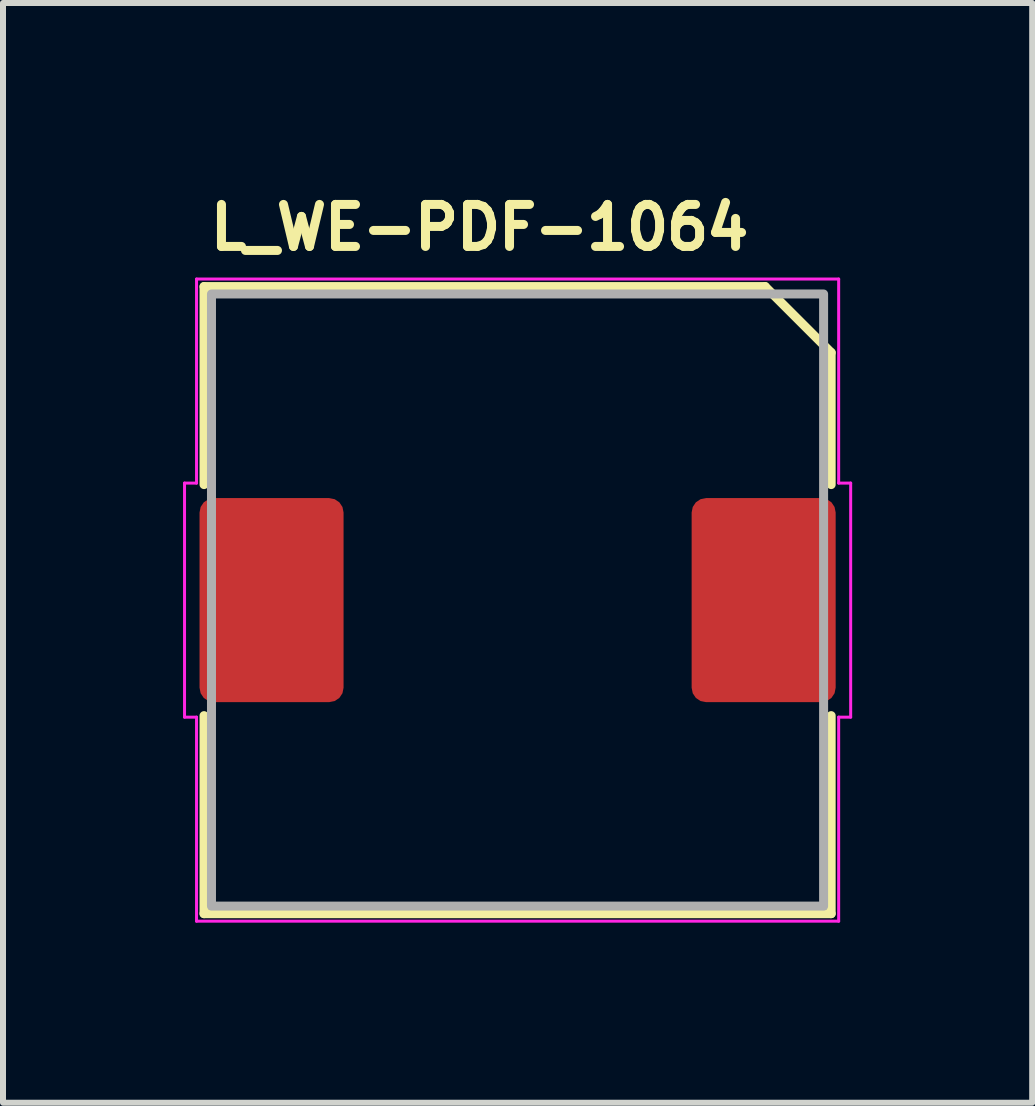
<source format=kicad_pcb>
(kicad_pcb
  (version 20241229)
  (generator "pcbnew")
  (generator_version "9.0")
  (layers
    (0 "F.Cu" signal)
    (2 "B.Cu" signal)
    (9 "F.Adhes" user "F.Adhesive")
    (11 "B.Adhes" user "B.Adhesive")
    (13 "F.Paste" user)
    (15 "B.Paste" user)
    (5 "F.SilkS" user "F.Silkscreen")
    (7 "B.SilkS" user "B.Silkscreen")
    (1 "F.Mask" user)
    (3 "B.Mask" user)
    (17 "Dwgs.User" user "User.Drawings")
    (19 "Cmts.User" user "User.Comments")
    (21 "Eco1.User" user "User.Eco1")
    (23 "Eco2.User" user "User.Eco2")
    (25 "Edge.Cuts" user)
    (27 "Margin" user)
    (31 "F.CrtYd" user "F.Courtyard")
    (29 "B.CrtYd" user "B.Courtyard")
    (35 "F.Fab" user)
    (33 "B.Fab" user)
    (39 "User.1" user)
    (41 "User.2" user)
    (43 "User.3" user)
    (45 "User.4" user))
  (footprint "L_WE-PDF-1064"
    (layer "F.Cu")
    (at 5.575 6.95)
    (property "Reference" "L_WE-PDF-1064" (at -5.2 -5.8 180) (layer "F.SilkS") (effects (font (size 0.7 0.7) (thickness 0.15)) (justify left bottom)))
    (attr smd)
    (fp_line (start -5.225 -5.225) (end 4.125 -5.225) (stroke (width 0.15) (type solid)) (layer "F.SilkS"))
    (fp_line (start -5.225 -1.925) (end -5.225 -5.225) (stroke (width 0.15) (type solid)) (layer "F.SilkS"))
    (fp_line (start -5.225 5.225) (end -5.225 1.925) (stroke (width 0.15) (type solid)) (layer "F.SilkS"))
    (fp_line (start 4.125 -5.225) (end 5.225 -4.125) (stroke (width 0.15) (type solid)) (layer "F.SilkS"))
    (fp_line (start 5.225 -4.125) (end 5.225 -1.925) (stroke (width 0.15) (type solid)) (layer "F.SilkS"))
    (fp_line (start 5.225 1.925) (end 5.225 5.225) (stroke (width 0.15) (type solid)) (layer "F.SilkS"))
    (fp_line (start 5.225 5.225) (end -5.225 5.225) (stroke (width 0.15) (type solid)) (layer "F.SilkS"))
    (fp_line (start -5.55 -1.95) (end -5.55 1.95) (stroke (width 0.05) (type solid)) (layer "F.CrtYd"))
    (fp_line (start -5.55 1.95) (end -5.35 1.95) (stroke (width 0.05) (type solid)) (layer "F.CrtYd"))
    (fp_line (start -5.35 -5.35) (end -5.35 -1.95) (stroke (width 0.05) (type solid)) (layer "F.CrtYd"))
    (fp_line (start -5.35 -1.95) (end -5.55 -1.95) (stroke (width 0.05) (type solid)) (layer "F.CrtYd"))
    (fp_line (start -5.35 1.95) (end -5.35 5.35) (stroke (width 0.05) (type solid)) (layer "F.CrtYd"))
    (fp_line (start -5.35 5.35) (end 5.35 5.35) (stroke (width 0.05) (type solid)) (layer "F.CrtYd"))
    (fp_line (start 5.35 -5.35) (end -5.35 -5.35) (stroke (width 0.05) (type solid)) (layer "F.CrtYd"))
    (fp_line (start 5.35 -1.95) (end 5.35 -5.35) (stroke (width 0.05) (type solid)) (layer "F.CrtYd"))
    (fp_line (start 5.35 1.95) (end 5.55 1.95) (stroke (width 0.05) (type solid)) (layer "F.CrtYd"))
    (fp_line (start 5.35 5.35) (end 5.35 1.95) (stroke (width 0.05) (type solid)) (layer "F.CrtYd"))
    (fp_line (start 5.55 -1.95) (end 5.35 -1.95) (stroke (width 0.05) (type solid)) (layer "F.CrtYd"))
    (fp_line (start 5.55 -1.95) (end 5.55 1.95) (stroke (width 0.05) (type solid)) (layer "F.CrtYd"))
    (fp_rect (start -5.101 -5.101) (end 5.099 5.099) (stroke (width 0.15) (type solid)) (fill no) (layer "F.Fab"))
    (fp_rect (start -5.1 -5.1) (end 5.1 5.1) (stroke (width 0.1) (type solid)) (fill no) (layer "User.5"))
    (fp_line (start -5.099 -4.099) (end -5.099 4.1) (stroke (width 0.02) (type solid)) (layer "User.9"))
    (fp_line (start -5.099 4.1) (end -5.097 4.151) (stroke (width 0.02) (type solid)) (layer "User.9"))
    (fp_line (start -5.097 -4.148) (end -5.099 -4.099) (stroke (width 0.02) (type solid)) (layer "User.9"))
    (fp_line (start -5.097 4.151) (end -5.094 4.199) (stroke (width 0.02) (type solid)) (layer "User.9"))
    (fp_line (start -5.094 -4.198) (end -5.097 -4.148) (stroke (width 0.02) (type solid)) (layer "User.9"))
    (fp_line (start -5.094 4.199) (end -5.089 4.249) (stroke (width 0.02) (type solid)) (layer "User.9"))
    (fp_line (start -5.089 -4.246) (end -5.094 -4.198) (stroke (width 0.02) (type solid)) (layer "User.9"))
    (fp_line (start -5.089 4.249) (end -5.079 4.297) (stroke (width 0.02) (type solid)) (layer "User.9"))
    (fp_line (start -5.079 -4.296) (end -5.089 -4.246) (stroke (width 0.02) (type solid)) (layer "User.9"))
    (fp_line (start -5.079 4.297) (end -5.068 4.345) (stroke (width 0.02) (type solid)) (layer "User.9"))
    (fp_line (start -5.068 -4.342) (end -5.079 -4.296) (stroke (width 0.02) (type solid)) (layer "User.9"))
    (fp_line (start -5.068 4.345) (end -5.055 4.391) (stroke (width 0.02) (type solid)) (layer "User.9"))
    (fp_line (start -5.055 -4.389) (end -5.068 -4.342) (stroke (width 0.02) (type solid)) (layer "User.9"))
    (fp_line (start -5.055 4.391) (end -5.041 4.438) (stroke (width 0.02) (type solid)) (layer "User.9"))
    (fp_line (start -5.041 -4.437) (end -5.055 -4.389) (stroke (width 0.02) (type solid)) (layer "User.9"))
    (fp_line (start -5.041 4.438) (end -5.022 4.483) (stroke (width 0.02) (type solid)) (layer "User.9"))
    (fp_line (start -5.022 -4.482) (end -5.041 -4.437) (stroke (width 0.02) (type solid)) (layer "User.9"))
    (fp_line (start -5.022 4.483) (end -5.004 4.529) (stroke (width 0.02) (type solid)) (layer "User.9"))
    (fp_line (start -5.004 -4.527) (end -5.022 -4.482) (stroke (width 0.02) (type solid)) (layer "User.9"))
    (fp_line (start -5.004 4.529) (end -4.982 4.571) (stroke (width 0.02) (type solid)) (layer "User.9"))
    (fp_line (start -4.982 -4.57) (end -5.004 -4.527) (stroke (width 0.02) (type solid)) (layer "User.9"))
    (fp_line (start -4.982 4.571) (end -4.958 4.614) (stroke (width 0.02) (type solid)) (layer "User.9"))
    (fp_line (start -4.958 -4.613) (end -4.982 -4.57) (stroke (width 0.02) (type solid)) (layer "User.9"))
    (fp_line (start -4.958 4.614) (end -4.93 4.656) (stroke (width 0.02) (type solid)) (layer "User.9"))
    (fp_line (start -4.93 -4.653) (end -4.958 -4.613) (stroke (width 0.02) (type solid)) (layer "User.9"))
    (fp_line (start -4.93 4.656) (end -4.903 4.696) (stroke (width 0.02) (type solid)) (layer "User.9"))
    (fp_line (start -4.903 -4.693) (end -4.93 -4.653) (stroke (width 0.02) (type solid)) (layer "User.9"))
    (fp_line (start -4.903 4.696) (end -4.873 4.734) (stroke (width 0.02) (type solid)) (layer "User.9"))
    (fp_line (start -4.873 -4.733) (end -4.903 -4.693) (stroke (width 0.02) (type solid)) (layer "User.9"))
    (fp_line (start -4.873 4.734) (end -4.841 4.773) (stroke (width 0.02) (type solid)) (layer "User.9"))
    (fp_line (start -4.841 -4.77) (end -4.873 -4.733) (stroke (width 0.02) (type solid)) (layer "User.9"))
    (fp_line (start -4.841 4.773) (end -4.807 4.808) (stroke (width 0.02) (type solid)) (layer "User.9"))
    (fp_line (start -4.807 -4.807) (end -4.841 -4.77) (stroke (width 0.02) (type solid)) (layer "User.9"))
    (fp_line (start -4.807 4.808) (end -4.77 4.843) (stroke (width 0.02) (type solid)) (layer "User.9"))
    (fp_line (start -4.77 -4.841) (end -4.807 -4.807) (stroke (width 0.02) (type solid)) (layer "User.9"))
    (fp_line (start -4.77 4.843) (end -4.733 4.874) (stroke (width 0.02) (type solid)) (layer "User.9"))
    (fp_line (start -4.733 -4.873) (end -4.77 -4.841) (stroke (width 0.02) (type solid)) (layer "User.9"))
    (fp_line (start -4.733 4.874) (end -4.693 4.904) (stroke (width 0.02) (type solid)) (layer "User.9"))
    (fp_line (start -4.693 -4.903) (end -4.733 -4.873) (stroke (width 0.02) (type solid)) (layer "User.9"))
    (fp_line (start -4.693 4.904) (end -4.653 4.933) (stroke (width 0.02) (type solid)) (layer "User.9"))
    (fp_line (start -4.653 -4.93) (end -4.693 -4.903) (stroke (width 0.02) (type solid)) (layer "User.9"))
    (fp_line (start -4.653 4.933) (end -4.613 4.96) (stroke (width 0.02) (type solid)) (layer "User.9"))
    (fp_line (start -4.613 -4.958) (end -4.653 -4.93) (stroke (width 0.02) (type solid)) (layer "User.9"))
    (fp_line (start -4.613 4.96) (end -4.57 4.984) (stroke (width 0.02) (type solid)) (layer "User.9"))
    (fp_line (start -4.57 -4.982) (end -4.613 -4.958) (stroke (width 0.02) (type solid)) (layer "User.9"))
    (fp_line (start -4.57 4.984) (end -4.527 5.005) (stroke (width 0.02) (type solid)) (layer "User.9"))
    (fp_line (start -4.527 -5.004) (end -4.57 -4.982) (stroke (width 0.02) (type solid)) (layer "User.9"))
    (fp_line (start -4.527 5.005) (end -4.482 5.024) (stroke (width 0.02) (type solid)) (layer "User.9"))
    (fp_line (start -4.482 -5.022) (end -4.527 -5.004) (stroke (width 0.02) (type solid)) (layer "User.9"))
    (fp_line (start -4.482 5.024) (end -4.437 5.042) (stroke (width 0.02) (type solid)) (layer "User.9"))
    (fp_line (start -4.437 -5.041) (end -4.482 -5.022) (stroke (width 0.02) (type solid)) (layer "User.9"))
    (fp_line (start -4.437 5.042) (end -4.389 5.058) (stroke (width 0.02) (type solid)) (layer "User.9"))
    (fp_line (start -4.4 -4.099) (end -4.4 -2.361) (stroke (width 0.02) (type solid)) (layer "User.9"))
    (fp_line (start -4.4 -2.361) (end -4.398 -2.35) (stroke (width 0.02) (type solid)) (layer "User.9"))
    (fp_line (start -4.398 -4.113) (end -4.4 -4.099) (stroke (width 0.02) (type solid)) (layer "User.9"))
    (fp_line (start -4.398 -2.35) (end -4.398 -2.341) (stroke (width 0.02) (type solid)) (layer "User.9"))
    (fp_line (start -4.398 -2.341) (end -4.397 -2.33) (stroke (width 0.02) (type solid)) (layer "User.9"))
    (fp_line (start -4.397 -4.129) (end -4.398 -4.113) (stroke (width 0.02) (type solid)) (layer "User.9"))
    (fp_line (start -4.397 -2.33) (end -4.395 -2.322) (stroke (width 0.02) (type solid)) (layer "User.9"))
    (fp_line (start -4.397 -0.138) (end -4.395 0.186) (stroke (width 0.02) (type solid)) (layer "User.9"))
    (fp_line (start -4.395 -4.144) (end -4.397 -4.129) (stroke (width 0.02) (type solid)) (layer "User.9"))
    (fp_line (start -4.395 -2.322) (end -4.392 -2.311) (stroke (width 0.02) (type solid)) (layer "User.9"))
    (fp_line (start -4.395 0.186) (end -4.37 0.509) (stroke (width 0.02) (type solid)) (layer "User.9"))
    (fp_line (start -4.394 -4.158) (end -4.395 -4.144) (stroke (width 0.02) (type solid)) (layer "User.9"))
    (fp_line (start -4.392 -2.311) (end -4.39 -2.302) (stroke (width 0.02) (type solid)) (layer "User.9"))
    (fp_line (start -4.39 -2.302) (end -4.387 -2.293) (stroke (width 0.02) (type solid)) (layer "User.9"))
    (fp_line (start -4.389 -5.055) (end -4.437 -5.041) (stroke (width 0.02) (type solid)) (layer "User.9"))
    (fp_line (start -4.389 -4.172) (end -4.394 -4.158) (stroke (width 0.02) (type solid)) (layer "User.9"))
    (fp_line (start -4.389 5.058) (end -4.342 5.071) (stroke (width 0.02) (type solid)) (layer "User.9"))
    (fp_line (start -4.387 -4.187) (end -4.389 -4.172) (stroke (width 0.02) (type solid)) (layer "User.9"))
    (fp_line (start -4.387 -2.293) (end -4.384 -2.284) (stroke (width 0.02) (type solid)) (layer "User.9"))
    (fp_line (start -4.384 -2.284) (end -4.379 -2.276) (stroke (width 0.02) (type solid)) (layer "User.9"))
    (fp_line (start -4.381 -4.201) (end -4.387 -4.187) (stroke (width 0.02) (type solid)) (layer "User.9"))
    (fp_line (start -4.379 -2.276) (end -4.376 -2.266) (stroke (width 0.02) (type solid)) (layer "User.9"))
    (fp_line (start -4.376 -4.214) (end -4.381 -4.201) (stroke (width 0.02) (type solid)) (layer "User.9"))
    (fp_line (start -4.376 -2.266) (end -4.371 -2.257) (stroke (width 0.02) (type solid)) (layer "User.9"))
    (fp_line (start -4.374 -0.463) (end -4.397 -0.138) (stroke (width 0.02) (type solid)) (layer "User.9"))
    (fp_line (start -4.371 -4.227) (end -4.376 -4.214) (stroke (width 0.02) (type solid)) (layer "User.9"))
    (fp_line (start -4.371 -2.257) (end -4.365 -2.249) (stroke (width 0.02) (type solid)) (layer "User.9"))
    (fp_line (start -4.37 0.509) (end -4.32 0.829) (stroke (width 0.02) (type solid)) (layer "User.9"))
    (fp_line (start -4.365 -2.249) (end -4.36 -2.241) (stroke (width 0.02) (type solid)) (layer "User.9"))
    (fp_line (start -4.363 -4.24) (end -4.371 -4.227) (stroke (width 0.02) (type solid)) (layer "User.9"))
    (fp_line (start -4.36 -2.241) (end -4.354 -2.233) (stroke (width 0.02) (type solid)) (layer "User.9"))
    (fp_line (start -4.357 -4.254) (end -4.363 -4.24) (stroke (width 0.02) (type solid)) (layer "User.9"))
    (fp_line (start -4.354 -2.233) (end -4.347 -2.226) (stroke (width 0.02) (type solid)) (layer "User.9"))
    (fp_line (start -4.349 -4.265) (end -4.357 -4.254) (stroke (width 0.02) (type solid)) (layer "User.9"))
    (fp_line (start -4.347 -2.226) (end -4.341 -2.22) (stroke (width 0.02) (type solid)) (layer "User.9"))
    (fp_line (start -4.342 -5.068) (end -4.389 -5.055) (stroke (width 0.02) (type solid)) (layer "User.9"))
    (fp_line (start -4.342 5.071) (end -4.296 5.082) (stroke (width 0.02) (type solid)) (layer "User.9"))
    (fp_line (start -4.341 -4.278) (end -4.349 -4.265) (stroke (width 0.02) (type solid)) (layer "User.9"))
    (fp_line (start -4.341 -2.22) (end -4.083 -1.961) (stroke (width 0.02) (type solid)) (layer "User.9"))
    (fp_line (start -4.331 -4.289) (end -4.341 -4.278) (stroke (width 0.02) (type solid)) (layer "User.9"))
    (fp_line (start -4.328 -0.787) (end -4.374 -0.463) (stroke (width 0.02) (type solid)) (layer "User.9"))
    (fp_line (start -4.321 -4.301) (end -4.331 -4.289) (stroke (width 0.02) (type solid)) (layer "User.9"))
    (fp_line (start -4.32 0.829) (end -4.248 1.143) (stroke (width 0.02) (type solid)) (layer "User.9"))
    (fp_line (start -4.312 -4.312) (end -4.321 -4.301) (stroke (width 0.02) (type solid)) (layer "User.9"))
    (fp_line (start -4.301 -4.321) (end -4.312 -4.312) (stroke (width 0.02) (type solid)) (layer "User.9"))
    (fp_line (start -4.296 -5.079) (end -4.342 -5.068) (stroke (width 0.02) (type solid)) (layer "User.9"))
    (fp_line (start -4.296 5.082) (end -4.246 5.09) (stroke (width 0.02) (type solid)) (layer "User.9"))
    (fp_line (start -4.289 -4.331) (end -4.301 -4.321) (stroke (width 0.02) (type solid)) (layer "User.9"))
    (fp_line (start -4.278 -4.341) (end -4.289 -4.331) (stroke (width 0.02) (type solid)) (layer "User.9"))
    (fp_line (start -4.265 -4.349) (end -4.278 -4.341) (stroke (width 0.02) (type solid)) (layer "User.9"))
    (fp_line (start -4.256 -1.108) (end -4.328 -0.787) (stroke (width 0.02) (type solid)) (layer "User.9"))
    (fp_line (start -4.254 -4.357) (end -4.265 -4.349) (stroke (width 0.02) (type solid)) (layer "User.9"))
    (fp_line (start -4.248 1.143) (end -4.153 1.454) (stroke (width 0.02) (type solid)) (layer "User.9"))
    (fp_line (start -4.246 -5.089) (end -4.296 -5.079) (stroke (width 0.02) (type solid)) (layer "User.9"))
    (fp_line (start -4.246 5.09) (end -4.198 5.096) (stroke (width 0.02) (type solid)) (layer "User.9"))
    (fp_line (start -4.24 -4.363) (end -4.254 -4.357) (stroke (width 0.02) (type solid)) (layer "User.9"))
    (fp_line (start -4.227 -4.371) (end -4.24 -4.363) (stroke (width 0.02) (type solid)) (layer "User.9"))
    (fp_line (start -4.214 -4.376) (end -4.227 -4.371) (stroke (width 0.02) (type solid)) (layer "User.9"))
    (fp_line (start -4.201 -4.381) (end -4.214 -4.376) (stroke (width 0.02) (type solid)) (layer "User.9"))
    (fp_line (start -4.198 -5.094) (end -4.246 -5.089) (stroke (width 0.02) (type solid)) (layer "User.9"))
    (fp_line (start -4.198 5.096) (end -4.148 5.1) (stroke (width 0.02) (type solid)) (layer "User.9"))
    (fp_line (start -4.187 -4.387) (end -4.201 -4.381) (stroke (width 0.02) (type solid)) (layer "User.9"))
    (fp_line (start -4.172 -4.389) (end -4.187 -4.387) (stroke (width 0.02) (type solid)) (layer "User.9"))
    (fp_line (start -4.161 -1.427) (end -4.256 -1.108) (stroke (width 0.02) (type solid)) (layer "User.9"))
    (fp_line (start -4.158 -4.394) (end -4.172 -4.389) (stroke (width 0.02) (type solid)) (layer "User.9"))
    (fp_line (start -4.153 1.454) (end -4.035 1.756) (stroke (width 0.02) (type solid)) (layer "User.9"))
    (fp_line (start -4.15 -2.052) (end -3.217 -2.983) (stroke (width 0.02) (type solid)) (layer "User.9"))
    (fp_line (start -4.15 -2.027) (end -4.15 -2.052) (stroke (width 0.02) (type solid)) (layer "User.9"))
    (fp_line (start -4.15 1.464) (end -4.15 -1.461) (stroke (width 0.02) (type solid)) (layer "User.9"))
    (fp_line (start -4.148 -5.097) (end -4.198 -5.094) (stroke (width 0.02) (type solid)) (layer "User.9"))
    (fp_line (start -4.148 5.1) (end -4.099 5.101) (stroke (width 0.02) (type solid)) (layer "User.9"))
    (fp_line (start -4.144 -4.395) (end -4.158 -4.394) (stroke (width 0.02) (type solid)) (layer "User.9"))
    (fp_line (start -4.129 -4.397) (end -4.144 -4.395) (stroke (width 0.02) (type solid)) (layer "User.9"))
    (fp_line (start -4.113 -4.398) (end -4.129 -4.397) (stroke (width 0.02) (type solid)) (layer "User.9"))
    (fp_line (start -4.099 -5.099) (end -4.148 -5.097) (stroke (width 0.02) (type solid)) (layer "User.9"))
    (fp_line (start -4.099 -4.4) (end -4.113 -4.398) (stroke (width 0.02) (type solid)) (layer "User.9"))
    (fp_line (start -4.099 0) (end -4.094 0.211) (stroke (width 0.02) (type solid)) (layer "User.9"))
    (fp_line (start -4.099 5.101) (end 4.1 5.101) (stroke (width 0.02) (type solid)) (layer "User.9"))
    (fp_line (start -4.094 -0.209) (end -4.099 0) (stroke (width 0.02) (type solid)) (layer "User.9"))
    (fp_line (start -4.094 0.211) (end -4.078 0.42) (stroke (width 0.02) (type solid)) (layer "User.9"))
    (fp_line (start -4.078 -0.418) (end -4.094 -0.209) (stroke (width 0.02) (type solid)) (layer "User.9"))
    (fp_line (start -4.078 0.42) (end -4.052 0.625) (stroke (width 0.02) (type solid)) (layer "User.9"))
    (fp_line (start -4.071 -1.949) (end -4.083 -1.961) (stroke (width 0.02) (type solid)) (layer "User.9"))
    (fp_line (start -4.068 -3.836) (end -3.012 -2.78) (stroke (width 0.02) (type solid)) (layer "User.9"))
    (fp_line (start -4.065 -3.833) (end -4.4 -3.499) (stroke (width 0.02) (type solid)) (layer "User.9"))
    (fp_line (start -4.062 -1.937) (end -4.071 -1.949) (stroke (width 0.02) (type solid)) (layer "User.9"))
    (fp_line (start -4.054 -1.925) (end -4.062 -1.937) (stroke (width 0.02) (type solid)) (layer "User.9"))
    (fp_line (start -4.052 -0.623) (end -4.078 -0.418) (stroke (width 0.02) (type solid)) (layer "User.9"))
    (fp_line (start -4.052 0.625) (end -4.015 0.828) (stroke (width 0.02) (type solid)) (layer "User.9"))
    (fp_line (start -4.046 -1.912) (end -4.054 -1.925) (stroke (width 0.02) (type solid)) (layer "User.9"))
    (fp_line (start -4.041 -1.9) (end -4.046 -1.912) (stroke (width 0.02) (type solid)) (layer "User.9"))
    (fp_line (start -4.039 -1.741) (end -4.161 -1.427) (stroke (width 0.02) (type solid)) (layer "User.9"))
    (fp_line (start -4.039 -1.741) (end -4.035 -1.755) (stroke (width 0.02) (type solid)) (layer "User.9"))
    (fp_line (start -4.035 -1.886) (end -4.041 -1.9) (stroke (width 0.02) (type solid)) (layer "User.9"))
    (fp_line (start -4.035 -1.755) (end -4.03 -1.769) (stroke (width 0.02) (type solid)) (layer "User.9"))
    (fp_line (start -4.035 1.756) (end -3.894 2.049) (stroke (width 0.02) (type solid)) (layer "User.9"))
    (fp_line (start -4.03 -1.872) (end -4.035 -1.886) (stroke (width 0.02) (type solid)) (layer "User.9"))
    (fp_line (start -4.03 -1.769) (end -4.027 -1.783) (stroke (width 0.02) (type solid)) (layer "User.9"))
    (fp_line (start -4.028 -1.856) (end -4.03 -1.872) (stroke (width 0.02) (type solid)) (layer "User.9"))
    (fp_line (start -4.027 -1.783) (end -4.025 -1.798) (stroke (width 0.02) (type solid)) (layer "User.9"))
    (fp_line (start -4.025 -1.842) (end -4.028 -1.856) (stroke (width 0.02) (type solid)) (layer "User.9"))
    (fp_line (start -4.025 -1.798) (end -4.023 -1.814) (stroke (width 0.02) (type solid)) (layer "User.9"))
    (fp_line (start -4.023 -1.828) (end -4.025 -1.842) (stroke (width 0.02) (type solid)) (layer "User.9"))
    (fp_line (start -4.023 -1.814) (end -4.023 -1.828) (stroke (width 0.02) (type solid)) (layer "User.9"))
    (fp_line (start -4.015 -0.826) (end -4.052 -0.623) (stroke (width 0.02) (type solid)) (layer "User.9"))
    (fp_line (start -4.015 0.828) (end -3.97 1.025) (stroke (width 0.02) (type solid)) (layer "User.9"))
    (fp_line (start -3.999 0) (end -3.994 0.207) (stroke (width 0.02) (type solid)) (layer "User.9"))
    (fp_line (start -3.994 -0.205) (end -3.999 0) (stroke (width 0.02) (type solid)) (layer "User.9"))
    (fp_line (start -3.994 0.207) (end -3.979 0.41) (stroke (width 0.02) (type solid)) (layer "User.9"))
    (fp_line (start -3.979 -0.408) (end -3.994 -0.205) (stroke (width 0.02) (type solid)) (layer "User.9"))
    (fp_line (start -3.979 0.41) (end -3.953 0.61) (stroke (width 0.02) (type solid)) (layer "User.9"))
    (fp_line (start -3.97 -1.024) (end -4.015 -0.826) (stroke (width 0.02) (type solid)) (layer "User.9"))
    (fp_line (start -3.97 1.025) (end -3.914 1.22) (stroke (width 0.02) (type solid)) (layer "User.9"))
    (fp_line (start -3.953 -0.608) (end -3.979 -0.408) (stroke (width 0.02) (type solid)) (layer "User.9"))
    (fp_line (start -3.953 0.61) (end -3.918 0.808) (stroke (width 0.02) (type solid)) (layer "User.9"))
    (fp_line (start -3.918 -0.806) (end -3.953 -0.608) (stroke (width 0.02) (type solid)) (layer "User.9"))
    (fp_line (start -3.918 0.808) (end -3.874 1) (stroke (width 0.02) (type solid)) (layer "User.9"))
    (fp_line (start -3.914 -1.219) (end -3.97 -1.024) (stroke (width 0.02) (type solid)) (layer "User.9"))
    (fp_line (start -3.914 1.22) (end -3.85 1.41) (stroke (width 0.02) (type solid)) (layer "User.9"))
    (fp_line (start -3.894 2.049) (end -3.73 2.334) (stroke (width 0.02) (type solid)) (layer "User.9"))
    (fp_line (start -3.874 -0.998) (end -3.918 -0.806) (stroke (width 0.02) (type solid)) (layer "User.9"))
    (fp_line (start -3.874 1) (end -3.82 1.19) (stroke (width 0.02) (type solid)) (layer "User.9"))
    (fp_line (start -3.85 -1.409) (end -3.914 -1.219) (stroke (width 0.02) (type solid)) (layer "User.9"))
    (fp_line (start -3.85 1.41) (end -3.777 1.597) (stroke (width 0.02) (type solid)) (layer "User.9"))
    (fp_line (start -3.836 -4.068) (end -4.068 -3.836) (stroke (width 0.02) (type solid)) (layer "User.9"))
    (fp_line (start -3.833 -4.065) (end -3.691 -4.208) (stroke (width 0.02) (type solid)) (layer "User.9"))
    (fp_line (start -3.82 -1.189) (end -3.874 -0.998) (stroke (width 0.02) (type solid)) (layer "User.9"))
    (fp_line (start -3.82 1.19) (end -3.757 1.377) (stroke (width 0.02) (type solid)) (layer "User.9"))
    (fp_line (start -3.777 -1.594) (end -3.85 -1.409) (stroke (width 0.02) (type solid)) (layer "User.9"))
    (fp_line (start -3.777 1.597) (end -3.695 1.778) (stroke (width 0.02) (type solid)) (layer "User.9"))
    (fp_line (start -3.757 -1.374) (end -3.82 -1.189) (stroke (width 0.02) (type solid)) (layer "User.9"))
    (fp_line (start -3.757 1.377) (end -3.684 1.557) (stroke (width 0.02) (type solid)) (layer "User.9"))
    (fp_line (start -3.73 2.334) (end -3.546 2.605) (stroke (width 0.02) (type solid)) (layer "User.9"))
    (fp_line (start -3.695 -1.777) (end -3.777 -1.594) (stroke (width 0.02) (type solid)) (layer "User.9"))
    (fp_line (start -3.695 1.778) (end -3.604 1.956) (stroke (width 0.02) (type solid)) (layer "User.9"))
    (fp_line (start -3.691 -4.208) (end -2.842 -3.358) (stroke (width 0.02) (type solid)) (layer "User.9"))
    (fp_line (start -3.684 -1.556) (end -3.757 -1.374) (stroke (width 0.02) (type solid)) (layer "User.9"))
    (fp_line (start -3.684 1.557) (end -3.604 1.736) (stroke (width 0.02) (type solid)) (layer "User.9"))
    (fp_line (start -3.604 -1.953) (end -3.695 -1.777) (stroke (width 0.02) (type solid)) (layer "User.9"))
    (fp_line (start -3.604 -1.733) (end -3.684 -1.556) (stroke (width 0.02) (type solid)) (layer "User.9"))
    (fp_line (start -3.604 1.736) (end -3.516 1.907) (stroke (width 0.02) (type solid)) (layer "User.9"))
    (fp_line (start -3.604 1.956) (end -3.506 2.126) (stroke (width 0.02) (type solid)) (layer "User.9"))
    (fp_line (start -3.546 2.605) (end -3.338 2.866) (stroke (width 0.02) (type solid)) (layer "User.9"))
    (fp_line (start -3.516 -1.906) (end -3.604 -1.733) (stroke (width 0.02) (type solid)) (layer "User.9"))
    (fp_line (start -3.516 1.907) (end -3.419 2.076) (stroke (width 0.02) (type solid)) (layer "User.9"))
    (fp_line (start -3.506 -2.124) (end -3.604 -1.953) (stroke (width 0.02) (type solid)) (layer "User.9"))
    (fp_line (start -3.506 2.126) (end -3.398 2.294) (stroke (width 0.02) (type solid)) (layer "User.9"))
    (fp_line (start -3.419 -2.073) (end -3.516 -1.906) (stroke (width 0.02) (type solid)) (layer "User.9"))
    (fp_line (start -3.419 2.076) (end -3.316 2.238) (stroke (width 0.02) (type solid)) (layer "User.9"))
    (fp_line (start -3.398 -2.292) (end -3.506 -2.124) (stroke (width 0.02) (type solid)) (layer "User.9"))
    (fp_line (start -3.398 2.294) (end -3.285 2.455) (stroke (width 0.02) (type solid)) (layer "User.9"))
    (fp_line (start -3.338 2.866) (end -3.111 3.113) (stroke (width 0.02) (type solid)) (layer "User.9"))
    (fp_line (start -3.316 -2.236) (end -3.419 -2.073) (stroke (width 0.02) (type solid)) (layer "User.9"))
    (fp_line (start -3.316 2.238) (end -3.205 2.395) (stroke (width 0.02) (type solid)) (layer "User.9"))
    (fp_line (start -3.285 -2.452) (end -3.398 -2.292) (stroke (width 0.02) (type solid)) (layer "User.9"))
    (fp_line (start -3.285 2.455) (end -3.163 2.609) (stroke (width 0.02) (type solid)) (layer "User.9"))
    (fp_line (start -3.232 -3.748) (end -3.123 -3.839) (stroke (width 0.02) (type solid)) (layer "User.9"))
    (fp_line (start -3.205 -2.393) (end -3.316 -2.236) (stroke (width 0.02) (type solid)) (layer "User.9"))
    (fp_line (start -3.205 2.395) (end -3.085 2.545) (stroke (width 0.02) (type solid)) (layer "User.9"))
    (fp_line (start -3.163 -2.607) (end -3.285 -2.452) (stroke (width 0.02) (type solid)) (layer "User.9"))
    (fp_line (start -3.163 2.609) (end -3.034 2.758) (stroke (width 0.02) (type solid)) (layer "User.9"))
    (fp_line (start -3.123 -3.839) (end -3.011 -3.927) (stroke (width 0.02) (type solid)) (layer "User.9"))
    (fp_line (start -3.111 3.113) (end -2.863 3.34) (stroke (width 0.02) (type solid)) (layer "User.9"))
    (fp_line (start -3.085 -2.543) (end -3.205 -2.393) (stroke (width 0.02) (type solid)) (layer "User.9"))
    (fp_line (start -3.085 2.545) (end -2.959 2.69) (stroke (width 0.02) (type solid)) (layer "User.9"))
    (fp_line (start -3.034 -2.756) (end -3.163 -2.607) (stroke (width 0.02) (type solid)) (layer "User.9"))
    (fp_line (start -3.034 2.758) (end -2.898 2.9) (stroke (width 0.02) (type solid)) (layer "User.9"))
    (fp_line (start -3.011 -3.927) (end -2.897 -4.012) (stroke (width 0.02) (type solid)) (layer "User.9"))
    (fp_line (start -2.983 -3.217) (end -3.833 -4.065) (stroke (width 0.02) (type solid)) (layer "User.9"))
    (fp_line (start -2.983 -3.217) (end -2.78 -3.012) (stroke (width 0.02) (type solid)) (layer "User.9"))
    (fp_line (start -2.959 -2.689) (end -3.085 -2.543) (stroke (width 0.02) (type solid)) (layer "User.9"))
    (fp_line (start -2.959 2.69) (end -2.827 2.83) (stroke (width 0.02) (type solid)) (layer "User.9"))
    (fp_line (start -2.898 -2.898) (end -3.034 -2.756) (stroke (width 0.02) (type solid)) (layer "User.9"))
    (fp_line (start -2.898 2.9) (end -2.756 3.036) (stroke (width 0.02) (type solid)) (layer "User.9"))
    (fp_line (start -2.897 -4.012) (end -2.78 -4.094) (stroke (width 0.02) (type solid)) (layer "User.9"))
    (fp_line (start -2.863 3.34) (end -2.604 3.548) (stroke (width 0.02) (type solid)) (layer "User.9"))
    (fp_line (start -2.854 3.35) (end -3.347 2.855) (stroke (width 0.02) (type solid)) (layer "User.9"))
    (fp_line (start -2.842 -3.358) (end -2.983 -3.217) (stroke (width 0.02) (type solid)) (layer "User.9"))
    (fp_line (start -2.827 -2.827) (end -2.959 -2.689) (stroke (width 0.02) (type solid)) (layer "User.9"))
    (fp_line (start -2.827 2.83) (end -2.689 2.961) (stroke (width 0.02) (type solid)) (layer "User.9"))
    (fp_line (start -2.78 -4.094) (end -2.66 -4.172) (stroke (width 0.02) (type solid)) (layer "User.9"))
    (fp_line (start -2.756 -3.034) (end -2.898 -2.898) (stroke (width 0.02) (type solid)) (layer "User.9"))
    (fp_line (start -2.756 3.036) (end -2.607 3.165) (stroke (width 0.02) (type solid)) (layer "User.9"))
    (fp_line (start -2.689 -2.959) (end -2.827 -2.827) (stroke (width 0.02) (type solid)) (layer "User.9"))
    (fp_line (start -2.689 2.961) (end -2.543 3.088) (stroke (width 0.02) (type solid)) (layer "User.9"))
    (fp_line (start -2.66 -4.172) (end -2.539 -4.248) (stroke (width 0.02) (type solid)) (layer "User.9"))
    (fp_line (start -2.607 -3.163) (end -2.756 -3.034) (stroke (width 0.02) (type solid)) (layer "User.9"))
    (fp_line (start -2.607 3.165) (end -2.452 3.286) (stroke (width 0.02) (type solid)) (layer "User.9"))
    (fp_line (start -2.604 3.548) (end -2.331 3.733) (stroke (width 0.02) (type solid)) (layer "User.9"))
    (fp_line (start -2.543 -3.085) (end -2.689 -2.959) (stroke (width 0.02) (type solid)) (layer "User.9"))
    (fp_line (start -2.543 3.088) (end -2.393 3.206) (stroke (width 0.02) (type solid)) (layer "User.9"))
    (fp_line (start -2.539 -4.248) (end -2.417 -4.318) (stroke (width 0.02) (type solid)) (layer "User.9"))
    (fp_line (start -2.452 -3.285) (end -2.607 -3.163) (stroke (width 0.02) (type solid)) (layer "User.9"))
    (fp_line (start -2.452 3.286) (end -2.292 3.4) (stroke (width 0.02) (type solid)) (layer "User.9"))
    (fp_line (start -2.417 -4.318) (end -2.29 -4.387) (stroke (width 0.02) (type solid)) (layer "User.9"))
    (fp_line (start -2.393 -3.205) (end -2.543 -3.085) (stroke (width 0.02) (type solid)) (layer "User.9"))
    (fp_line (start -2.393 3.206) (end -2.236 3.318) (stroke (width 0.02) (type solid)) (layer "User.9"))
    (fp_line (start -2.361 -4.4) (end -4.099 -4.4) (stroke (width 0.02) (type solid)) (layer "User.9"))
    (fp_line (start -2.35 -4.398) (end -2.361 -4.4) (stroke (width 0.02) (type solid)) (layer "User.9"))
    (fp_line (start -2.341 -4.398) (end -2.35 -4.398) (stroke (width 0.02) (type solid)) (layer "User.9"))
    (fp_line (start -2.331 3.733) (end -2.048 3.895) (stroke (width 0.02) (type solid)) (layer "User.9"))
    (fp_line (start -2.33 -4.397) (end -2.341 -4.398) (stroke (width 0.02) (type solid)) (layer "User.9"))
    (fp_line (start -2.322 -4.395) (end -2.33 -4.397) (stroke (width 0.02) (type solid)) (layer "User.9"))
    (fp_line (start -2.311 -4.392) (end -2.322 -4.395) (stroke (width 0.02) (type solid)) (layer "User.9"))
    (fp_line (start -2.302 -4.39) (end -2.311 -4.392) (stroke (width 0.02) (type solid)) (layer "User.9"))
    (fp_line (start -2.293 -4.387) (end -2.302 -4.39) (stroke (width 0.02) (type solid)) (layer "User.9"))
    (fp_line (start -2.292 -3.398) (end -2.452 -3.285) (stroke (width 0.02) (type solid)) (layer "User.9"))
    (fp_line (start -2.292 3.4) (end -2.124 3.508) (stroke (width 0.02) (type solid)) (layer "User.9"))
    (fp_line (start -2.284 -4.384) (end -2.293 -4.387) (stroke (width 0.02) (type solid)) (layer "User.9"))
    (fp_line (start -2.276 -4.379) (end -2.284 -4.384) (stroke (width 0.02) (type solid)) (layer "User.9"))
    (fp_line (start -2.266 -4.376) (end -2.276 -4.379) (stroke (width 0.02) (type solid)) (layer "User.9"))
    (fp_line (start -2.257 -4.371) (end -2.266 -4.376) (stroke (width 0.02) (type solid)) (layer "User.9"))
    (fp_line (start -2.249 -4.365) (end -2.257 -4.371) (stroke (width 0.02) (type solid)) (layer "User.9"))
    (fp_line (start -2.241 -4.36) (end -2.249 -4.365) (stroke (width 0.02) (type solid)) (layer "User.9"))
    (fp_line (start -2.236 -3.316) (end -2.393 -3.205) (stroke (width 0.02) (type solid)) (layer "User.9"))
    (fp_line (start -2.236 3.318) (end -2.073 3.422) (stroke (width 0.02) (type solid)) (layer "User.9"))
    (fp_line (start -2.233 -4.354) (end -2.241 -4.36) (stroke (width 0.02) (type solid)) (layer "User.9"))
    (fp_line (start -2.226 -4.347) (end -2.233 -4.354) (stroke (width 0.02) (type solid)) (layer "User.9"))
    (fp_line (start -2.22 -4.341) (end -2.226 -4.347) (stroke (width 0.02) (type solid)) (layer "User.9"))
    (fp_line (start -2.124 -3.506) (end -2.292 -3.398) (stroke (width 0.02) (type solid)) (layer "User.9"))
    (fp_line (start -2.124 3.508) (end -1.953 3.606) (stroke (width 0.02) (type solid)) (layer "User.9"))
    (fp_line (start -2.073 -3.419) (end -2.236 -3.316) (stroke (width 0.02) (type solid)) (layer "User.9"))
    (fp_line (start -2.073 3.422) (end -1.906 3.519) (stroke (width 0.02) (type solid)) (layer "User.9"))
    (fp_line (start -2.048 3.895) (end -1.753 4.037) (stroke (width 0.02) (type solid)) (layer "User.9"))
    (fp_line (start -1.961 -4.083) (end -2.22 -4.341) (stroke (width 0.02) (type solid)) (layer "User.9"))
    (fp_line (start -1.961 -4.083) (end -1.949 -4.071) (stroke (width 0.02) (type solid)) (layer "User.9"))
    (fp_line (start -1.953 -3.604) (end -2.124 -3.506) (stroke (width 0.02) (type solid)) (layer "User.9"))
    (fp_line (start -1.953 3.606) (end -1.777 3.697) (stroke (width 0.02) (type solid)) (layer "User.9"))
    (fp_line (start -1.949 -4.071) (end -1.937 -4.062) (stroke (width 0.02) (type solid)) (layer "User.9"))
    (fp_line (start -1.937 -4.062) (end -1.925 -4.054) (stroke (width 0.02) (type solid)) (layer "User.9"))
    (fp_line (start -1.925 -4.054) (end -1.912 -4.046) (stroke (width 0.02) (type solid)) (layer "User.9"))
    (fp_line (start -1.912 -4.046) (end -1.9 -4.041) (stroke (width 0.02) (type solid)) (layer "User.9"))
    (fp_line (start -1.906 -3.516) (end -2.073 -3.419) (stroke (width 0.02) (type solid)) (layer "User.9"))
    (fp_line (start -1.906 3.519) (end -1.733 3.606) (stroke (width 0.02) (type solid)) (layer "User.9"))
    (fp_line (start -1.9 -4.041) (end -1.886 -4.035) (stroke (width 0.02) (type solid)) (layer "User.9"))
    (fp_line (start -1.886 -4.035) (end -1.872 -4.03) (stroke (width 0.02) (type solid)) (layer "User.9"))
    (fp_line (start -1.872 -4.03) (end -1.856 -4.028) (stroke (width 0.02) (type solid)) (layer "User.9"))
    (fp_line (start -1.856 -4.028) (end -1.842 -4.025) (stroke (width 0.02) (type solid)) (layer "User.9"))
    (fp_line (start -1.842 -4.025) (end -1.828 -4.023) (stroke (width 0.02) (type solid)) (layer "User.9"))
    (fp_line (start -1.828 -4.023) (end -1.814 -4.023) (stroke (width 0.02) (type solid)) (layer "User.9"))
    (fp_line (start -1.814 -4.023) (end -1.798 -4.025) (stroke (width 0.02) (type solid)) (layer "User.9"))
    (fp_line (start -1.798 -4.025) (end -1.783 -4.027) (stroke (width 0.02) (type solid)) (layer "User.9"))
    (fp_line (start -1.783 -4.027) (end -1.769 -4.03) (stroke (width 0.02) (type solid)) (layer "User.9"))
    (fp_line (start -1.777 -3.695) (end -1.953 -3.604) (stroke (width 0.02) (type solid)) (layer "User.9"))
    (fp_line (start -1.777 3.697) (end -1.594 3.778) (stroke (width 0.02) (type solid)) (layer "User.9"))
    (fp_line (start -1.769 -4.03) (end -1.755 -4.035) (stroke (width 0.02) (type solid)) (layer "User.9"))
    (fp_line (start -1.755 -4.035) (end -1.741 -4.039) (stroke (width 0.02) (type solid)) (layer "User.9"))
    (fp_line (start -1.753 4.037) (end -1.451 4.154) (stroke (width 0.02) (type solid)) (layer "User.9"))
    (fp_line (start -1.733 -3.604) (end -1.906 -3.516) (stroke (width 0.02) (type solid)) (layer "User.9"))
    (fp_line (start -1.733 3.606) (end -1.556 3.686) (stroke (width 0.02) (type solid)) (layer "User.9"))
    (fp_line (start -1.594 -3.777) (end -1.777 -3.695) (stroke (width 0.02) (type solid)) (layer "User.9"))
    (fp_line (start -1.594 3.778) (end -1.409 3.852) (stroke (width 0.02) (type solid)) (layer "User.9"))
    (fp_line (start -1.556 -3.684) (end -1.733 -3.604) (stroke (width 0.02) (type solid)) (layer "User.9"))
    (fp_line (start -1.556 3.686) (end -1.374 3.758) (stroke (width 0.02) (type solid)) (layer "User.9"))
    (fp_line (start -1.451 4.154) (end -1.142 4.249) (stroke (width 0.02) (type solid)) (layer "User.9"))
    (fp_line (start -1.427 -4.161) (end -1.741 -4.039) (stroke (width 0.02) (type solid)) (layer "User.9"))
    (fp_line (start -1.409 -3.85) (end -1.594 -3.777) (stroke (width 0.02) (type solid)) (layer "User.9"))
    (fp_line (start -1.409 3.852) (end -1.219 3.916) (stroke (width 0.02) (type solid)) (layer "User.9"))
    (fp_line (start -1.374 -3.757) (end -1.556 -3.684) (stroke (width 0.02) (type solid)) (layer "User.9"))
    (fp_line (start -1.374 3.758) (end -1.189 3.822) (stroke (width 0.02) (type solid)) (layer "User.9"))
    (fp_line (start -1.219 -3.914) (end -1.409 -3.85) (stroke (width 0.02) (type solid)) (layer "User.9"))
    (fp_line (start -1.219 3.916) (end -1.024 3.972) (stroke (width 0.02) (type solid)) (layer "User.9"))
    (fp_line (start -1.189 -3.82) (end -1.374 -3.757) (stroke (width 0.02) (type solid)) (layer "User.9"))
    (fp_line (start -1.189 3.822) (end -0.998 3.875) (stroke (width 0.02) (type solid)) (layer "User.9"))
    (fp_line (start -1.142 4.249) (end -0.827 4.322) (stroke (width 0.02) (type solid)) (layer "User.9"))
    (fp_line (start -1.108 -4.256) (end -1.427 -4.161) (stroke (width 0.02) (type solid)) (layer "User.9"))
    (fp_line (start -1.024 -3.97) (end -1.219 -3.914) (stroke (width 0.02) (type solid)) (layer "User.9"))
    (fp_line (start -1.024 3.972) (end -0.826 4.018) (stroke (width 0.02) (type solid)) (layer "User.9"))
    (fp_line (start -0.998 -3.874) (end -1.189 -3.82) (stroke (width 0.02) (type solid)) (layer "User.9"))
    (fp_line (start -0.998 3.875) (end -0.806 3.919) (stroke (width 0.02) (type solid)) (layer "User.9"))
    (fp_line (start -0.827 4.322) (end -0.507 4.372) (stroke (width 0.02) (type solid)) (layer "User.9"))
    (fp_line (start -0.826 -4.015) (end -1.024 -3.97) (stroke (width 0.02) (type solid)) (layer "User.9"))
    (fp_line (start -0.826 4.018) (end -0.623 4.053) (stroke (width 0.02) (type solid)) (layer "User.9"))
    (fp_line (start -0.806 -3.918) (end -0.998 -3.874) (stroke (width 0.02) (type solid)) (layer "User.9"))
    (fp_line (start -0.806 3.919) (end -0.608 3.955) (stroke (width 0.02) (type solid)) (layer "User.9"))
    (fp_line (start -0.787 -4.328) (end -1.108 -4.256) (stroke (width 0.02) (type solid)) (layer "User.9"))
    (fp_line (start -0.623 -4.052) (end -0.826 -4.015) (stroke (width 0.02) (type solid)) (layer "User.9"))
    (fp_line (start -0.623 4.053) (end -0.418 4.079) (stroke (width 0.02) (type solid)) (layer "User.9"))
    (fp_line (start -0.608 -3.953) (end -0.806 -3.918) (stroke (width 0.02) (type solid)) (layer "User.9"))
    (fp_line (start -0.608 3.955) (end -0.408 3.98) (stroke (width 0.02) (type solid)) (layer "User.9"))
    (fp_line (start -0.507 4.372) (end -0.184 4.398) (stroke (width 0.02) (type solid)) (layer "User.9"))
    (fp_line (start -0.463 -4.374) (end -0.787 -4.328) (stroke (width 0.02) (type solid)) (layer "User.9"))
    (fp_line (start -0.418 -4.078) (end -0.623 -4.052) (stroke (width 0.02) (type solid)) (layer "User.9"))
    (fp_line (start -0.418 4.079) (end -0.209 4.095) (stroke (width 0.02) (type solid)) (layer "User.9"))
    (fp_line (start -0.408 -3.979) (end -0.608 -3.953) (stroke (width 0.02) (type solid)) (layer "User.9"))
    (fp_line (start -0.408 3.98) (end -0.205 3.996) (stroke (width 0.02) (type solid)) (layer "User.9"))
    (fp_line (start -0.209 -4.094) (end -0.418 -4.078) (stroke (width 0.02) (type solid)) (layer "User.9"))
    (fp_line (start -0.209 4.095) (end 0 4.1) (stroke (width 0.02) (type solid)) (layer "User.9"))
    (fp_line (start -0.205 -3.994) (end -0.408 -3.979) (stroke (width 0.02) (type solid)) (layer "User.9"))
    (fp_line (start -0.205 3.996) (end 0 4) (stroke (width 0.02) (type solid)) (layer "User.9"))
    (fp_line (start -0.184 4.398) (end 0.14 4.398) (stroke (width 0.02) (type solid)) (layer "User.9"))
    (fp_line (start -0.138 -4.397) (end -0.463 -4.374) (stroke (width 0.02) (type solid)) (layer "User.9"))
    (fp_line (start 0 -4.099) (end -0.209 -4.094) (stroke (width 0.02) (type solid)) (layer "User.9"))
    (fp_line (start 0 -3.999) (end -0.205 -3.994) (stroke (width 0.02) (type solid)) (layer "User.9"))
    (fp_line (start 0 4) (end 0.207 3.996) (stroke (width 0.02) (type solid)) (layer "User.9"))
    (fp_line (start 0 4.1) (end 0.211 4.095) (stroke (width 0.02) (type solid)) (layer "User.9"))
    (fp_line (start 0.14 4.398) (end 0.465 4.377) (stroke (width 0.02) (type solid)) (layer "User.9"))
    (fp_line (start 0.186 -4.395) (end -0.138 -4.397) (stroke (width 0.02) (type solid)) (layer "User.9"))
    (fp_line (start 0.207 -3.994) (end 0 -3.999) (stroke (width 0.02) (type solid)) (layer "User.9"))
    (fp_line (start 0.207 3.996) (end 0.41 3.98) (stroke (width 0.02) (type solid)) (layer "User.9"))
    (fp_line (start 0.211 -4.094) (end 0 -4.099) (stroke (width 0.02) (type solid)) (layer "User.9"))
    (fp_line (start 0.211 4.095) (end 0.42 4.079) (stroke (width 0.02) (type solid)) (layer "User.9"))
    (fp_line (start 0.41 -3.979) (end 0.207 -3.994) (stroke (width 0.02) (type solid)) (layer "User.9"))
    (fp_line (start 0.41 3.98) (end 0.61 3.955) (stroke (width 0.02) (type solid)) (layer "User.9"))
    (fp_line (start 0.42 -4.078) (end 0.211 -4.094) (stroke (width 0.02) (type solid)) (layer "User.9"))
    (fp_line (start 0.42 4.079) (end 0.625 4.053) (stroke (width 0.02) (type solid)) (layer "User.9"))
    (fp_line (start 0.465 4.377) (end 0.789 4.33) (stroke (width 0.02) (type solid)) (layer "User.9"))
    (fp_line (start 0.509 -4.37) (end 0.186 -4.395) (stroke (width 0.02) (type solid)) (layer "User.9"))
    (fp_line (start 0.61 -3.953) (end 0.41 -3.979) (stroke (width 0.02) (type solid)) (layer "User.9"))
    (fp_line (start 0.61 3.955) (end 0.808 3.919) (stroke (width 0.02) (type solid)) (layer "User.9"))
    (fp_line (start 0.625 -4.052) (end 0.42 -4.078) (stroke (width 0.02) (type solid)) (layer "User.9"))
    (fp_line (start 0.625 4.053) (end 0.828 4.018) (stroke (width 0.02) (type solid)) (layer "User.9"))
    (fp_line (start 0.789 4.33) (end 1.111 4.258) (stroke (width 0.02) (type solid)) (layer "User.9"))
    (fp_line (start 0.808 -3.918) (end 0.61 -3.953) (stroke (width 0.02) (type solid)) (layer "User.9"))
    (fp_line (start 0.808 3.919) (end 1 3.875) (stroke (width 0.02) (type solid)) (layer "User.9"))
    (fp_line (start 0.828 -4.015) (end 0.625 -4.052) (stroke (width 0.02) (type solid)) (layer "User.9"))
    (fp_line (start 0.828 4.018) (end 1.025 3.972) (stroke (width 0.02) (type solid)) (layer "User.9"))
    (fp_line (start 0.829 -4.32) (end 0.509 -4.37) (stroke (width 0.02) (type solid)) (layer "User.9"))
    (fp_line (start 1 -3.874) (end 0.808 -3.918) (stroke (width 0.02) (type solid)) (layer "User.9"))
    (fp_line (start 1 3.875) (end 1.19 3.822) (stroke (width 0.02) (type solid)) (layer "User.9"))
    (fp_line (start 1.025 -3.97) (end 0.828 -4.015) (stroke (width 0.02) (type solid)) (layer "User.9"))
    (fp_line (start 1.025 3.972) (end 1.22 3.916) (stroke (width 0.02) (type solid)) (layer "User.9"))
    (fp_line (start 1.111 4.258) (end 1.428 4.162) (stroke (width 0.02) (type solid)) (layer "User.9"))
    (fp_line (start 1.143 -4.248) (end 0.829 -4.32) (stroke (width 0.02) (type solid)) (layer "User.9"))
    (fp_line (start 1.19 -3.82) (end 1 -3.874) (stroke (width 0.02) (type solid)) (layer "User.9"))
    (fp_line (start 1.19 3.822) (end 1.377 3.758) (stroke (width 0.02) (type solid)) (layer "User.9"))
    (fp_line (start 1.22 -3.914) (end 1.025 -3.97) (stroke (width 0.02) (type solid)) (layer "User.9"))
    (fp_line (start 1.22 3.916) (end 1.41 3.852) (stroke (width 0.02) (type solid)) (layer "User.9"))
    (fp_line (start 1.377 -3.757) (end 1.19 -3.82) (stroke (width 0.02) (type solid)) (layer "User.9"))
    (fp_line (start 1.377 3.758) (end 1.557 3.686) (stroke (width 0.02) (type solid)) (layer "User.9"))
    (fp_line (start 1.41 -3.85) (end 1.22 -3.914) (stroke (width 0.02) (type solid)) (layer "User.9"))
    (fp_line (start 1.41 3.852) (end 1.597 3.778) (stroke (width 0.02) (type solid)) (layer "User.9"))
    (fp_line (start 1.428 4.162) (end 1.742 4.042) (stroke (width 0.02) (type solid)) (layer "User.9"))
    (fp_line (start 1.454 -4.153) (end 1.143 -4.248) (stroke (width 0.02) (type solid)) (layer "User.9"))
    (fp_line (start 1.557 -3.684) (end 1.377 -3.757) (stroke (width 0.02) (type solid)) (layer "User.9"))
    (fp_line (start 1.557 3.686) (end 1.736 3.606) (stroke (width 0.02) (type solid)) (layer "User.9"))
    (fp_line (start 1.597 -3.777) (end 1.41 -3.85) (stroke (width 0.02) (type solid)) (layer "User.9"))
    (fp_line (start 1.597 3.778) (end 1.778 3.697) (stroke (width 0.02) (type solid)) (layer "User.9"))
    (fp_line (start 1.736 -3.604) (end 1.557 -3.684) (stroke (width 0.02) (type solid)) (layer "User.9"))
    (fp_line (start 1.736 3.606) (end 1.907 3.519) (stroke (width 0.02) (type solid)) (layer "User.9"))
    (fp_line (start 1.756 -4.035) (end 1.454 -4.153) (stroke (width 0.02) (type solid)) (layer "User.9"))
    (fp_line (start 1.756 4.037) (end 1.742 4.042) (stroke (width 0.02) (type solid)) (layer "User.9"))
    (fp_line (start 1.77 4.031) (end 1.756 4.037) (stroke (width 0.02) (type solid)) (layer "User.9"))
    (fp_line (start 1.778 -3.695) (end 1.597 -3.777) (stroke (width 0.02) (type solid)) (layer "User.9"))
    (fp_line (start 1.778 3.697) (end 1.956 3.606) (stroke (width 0.02) (type solid)) (layer "User.9"))
    (fp_line (start 1.786 4.029) (end 1.77 4.031) (stroke (width 0.02) (type solid)) (layer "User.9"))
    (fp_line (start 1.801 4.026) (end 1.786 4.029) (stroke (width 0.02) (type solid)) (layer "User.9"))
    (fp_line (start 1.815 4.026) (end 1.801 4.026) (stroke (width 0.02) (type solid)) (layer "User.9"))
    (fp_line (start 1.829 4.026) (end 1.815 4.026) (stroke (width 0.02) (type solid)) (layer "User.9"))
    (fp_line (start 1.845 4.026) (end 1.829 4.026) (stroke (width 0.02) (type solid)) (layer "User.9"))
    (fp_line (start 1.859 4.029) (end 1.845 4.026) (stroke (width 0.02) (type solid)) (layer "User.9"))
    (fp_line (start 1.873 4.032) (end 1.859 4.029) (stroke (width 0.02) (type solid)) (layer "User.9"))
    (fp_line (start 1.887 4.037) (end 1.873 4.032) (stroke (width 0.02) (type solid)) (layer "User.9"))
    (fp_line (start 1.901 4.042) (end 1.887 4.037) (stroke (width 0.02) (type solid)) (layer "User.9"))
    (fp_line (start 1.907 -3.516) (end 1.736 -3.604) (stroke (width 0.02) (type solid)) (layer "User.9"))
    (fp_line (start 1.907 3.519) (end 2.076 3.422) (stroke (width 0.02) (type solid)) (layer "User.9"))
    (fp_line (start 1.915 4.048) (end 1.901 4.042) (stroke (width 0.02) (type solid)) (layer "User.9"))
    (fp_line (start 1.928 4.055) (end 1.915 4.048) (stroke (width 0.02) (type solid)) (layer "User.9"))
    (fp_line (start 1.94 4.064) (end 1.928 4.055) (stroke (width 0.02) (type solid)) (layer "User.9"))
    (fp_line (start 1.952 4.074) (end 1.94 4.064) (stroke (width 0.02) (type solid)) (layer "User.9"))
    (fp_line (start 1.956 -3.604) (end 1.778 -3.695) (stroke (width 0.02) (type solid)) (layer "User.9"))
    (fp_line (start 1.956 3.606) (end 2.126 3.508) (stroke (width 0.02) (type solid)) (layer "User.9"))
    (fp_line (start 1.962 4.085) (end 1.952 4.074) (stroke (width 0.02) (type solid)) (layer "User.9"))
    (fp_line (start 2.049 -3.894) (end 1.756 -4.035) (stroke (width 0.02) (type solid)) (layer "User.9"))
    (fp_line (start 2.076 -3.419) (end 1.907 -3.516) (stroke (width 0.02) (type solid)) (layer "User.9"))
    (fp_line (start 2.076 3.422) (end 2.238 3.318) (stroke (width 0.02) (type solid)) (layer "User.9"))
    (fp_line (start 2.126 -3.506) (end 1.956 -3.604) (stroke (width 0.02) (type solid)) (layer "User.9"))
    (fp_line (start 2.126 3.508) (end 2.294 3.4) (stroke (width 0.02) (type solid)) (layer "User.9"))
    (fp_line (start 2.222 4.343) (end 1.962 4.085) (stroke (width 0.02) (type solid)) (layer "User.9"))
    (fp_line (start 2.222 4.343) (end 2.229 4.35) (stroke (width 0.02) (type solid)) (layer "User.9"))
    (fp_line (start 2.229 4.35) (end 2.235 4.356) (stroke (width 0.02) (type solid)) (layer "User.9"))
    (fp_line (start 2.235 4.356) (end 2.243 4.361) (stroke (width 0.02) (type solid)) (layer "User.9"))
    (fp_line (start 2.238 -3.316) (end 2.076 -3.419) (stroke (width 0.02) (type solid)) (layer "User.9"))
    (fp_line (start 2.238 3.318) (end 2.395 3.206) (stroke (width 0.02) (type solid)) (layer "User.9"))
    (fp_line (start 2.243 4.361) (end 2.251 4.367) (stroke (width 0.02) (type solid)) (layer "User.9"))
    (fp_line (start 2.251 4.367) (end 2.259 4.372) (stroke (width 0.02) (type solid)) (layer "User.9"))
    (fp_line (start 2.259 4.372) (end 2.269 4.377) (stroke (width 0.02) (type solid)) (layer "User.9"))
    (fp_line (start 2.269 4.377) (end 2.278 4.382) (stroke (width 0.02) (type solid)) (layer "User.9"))
    (fp_line (start 2.278 4.382) (end 2.286 4.385) (stroke (width 0.02) (type solid)) (layer "User.9"))
    (fp_line (start 2.286 4.385) (end 2.295 4.39) (stroke (width 0.02) (type solid)) (layer "User.9"))
    (fp_line (start 2.294 -3.398) (end 2.126 -3.506) (stroke (width 0.02) (type solid)) (layer "User.9"))
    (fp_line (start 2.294 3.4) (end 2.455 3.286) (stroke (width 0.02) (type solid)) (layer "User.9"))
    (fp_line (start 2.295 4.39) (end 2.305 4.393) (stroke (width 0.02) (type solid)) (layer "User.9"))
    (fp_line (start 2.305 4.393) (end 2.314 4.395) (stroke (width 0.02) (type solid)) (layer "User.9"))
    (fp_line (start 2.314 4.395) (end 2.323 4.398) (stroke (width 0.02) (type solid)) (layer "User.9"))
    (fp_line (start 2.323 4.398) (end 2.332 4.398) (stroke (width 0.02) (type solid)) (layer "User.9"))
    (fp_line (start 2.332 4.398) (end 2.343 4.401) (stroke (width 0.02) (type solid)) (layer "User.9"))
    (fp_line (start 2.334 -3.73) (end 2.049 -3.894) (stroke (width 0.02) (type solid)) (layer "User.9"))
    (fp_line (start 2.343 4.401) (end 2.352 4.401) (stroke (width 0.02) (type solid)) (layer "User.9"))
    (fp_line (start 2.352 4.401) (end 2.363 4.401) (stroke (width 0.02) (type solid)) (layer "User.9"))
    (fp_line (start 2.395 -3.205) (end 2.238 -3.316) (stroke (width 0.02) (type solid)) (layer "User.9"))
    (fp_line (start 2.395 3.206) (end 2.545 3.088) (stroke (width 0.02) (type solid)) (layer "User.9"))
    (fp_line (start 2.419 4.321) (end 2.293 4.388) (stroke (width 0.02) (type solid)) (layer "User.9"))
    (fp_line (start 2.455 -3.285) (end 2.294 -3.398) (stroke (width 0.02) (type solid)) (layer "User.9"))
    (fp_line (start 2.455 3.286) (end 2.609 3.165) (stroke (width 0.02) (type solid)) (layer "User.9"))
    (fp_line (start 2.541 4.249) (end 2.419 4.321) (stroke (width 0.02) (type solid)) (layer "User.9"))
    (fp_line (start 2.545 -3.085) (end 2.395 -3.205) (stroke (width 0.02) (type solid)) (layer "User.9"))
    (fp_line (start 2.545 3.088) (end 2.69 2.961) (stroke (width 0.02) (type solid)) (layer "User.9"))
    (fp_line (start 2.605 -3.546) (end 2.334 -3.73) (stroke (width 0.02) (type solid)) (layer "User.9"))
    (fp_line (start 2.609 -3.163) (end 2.455 -3.285) (stroke (width 0.02) (type solid)) (layer "User.9"))
    (fp_line (start 2.609 3.165) (end 2.758 3.036) (stroke (width 0.02) (type solid)) (layer "User.9"))
    (fp_line (start 2.662 4.175) (end 2.541 4.249) (stroke (width 0.02) (type solid)) (layer "User.9"))
    (fp_line (start 2.69 -2.959) (end 2.545 -3.085) (stroke (width 0.02) (type solid)) (layer "User.9"))
    (fp_line (start 2.69 2.961) (end 2.83 2.83) (stroke (width 0.02) (type solid)) (layer "User.9"))
    (fp_line (start 2.758 -3.034) (end 2.609 -3.163) (stroke (width 0.02) (type solid)) (layer "User.9"))
    (fp_line (start 2.758 3.036) (end 2.9 2.9) (stroke (width 0.02) (type solid)) (layer "User.9"))
    (fp_line (start 2.782 4.096) (end 2.662 4.175) (stroke (width 0.02) (type solid)) (layer "User.9"))
    (fp_line (start 2.83 -2.827) (end 2.69 -2.959) (stroke (width 0.02) (type solid)) (layer "User.9"))
    (fp_line (start 2.83 2.83) (end 2.961 2.69) (stroke (width 0.02) (type solid)) (layer "User.9"))
    (fp_line (start 2.844 3.36) (end 3.693 4.21) (stroke (width 0.02) (type solid)) (layer "User.9"))
    (fp_line (start 2.866 -3.338) (end 2.605 -3.546) (stroke (width 0.02) (type solid)) (layer "User.9"))
    (fp_line (start 2.899 4.015) (end 2.782 4.096) (stroke (width 0.02) (type solid)) (layer "User.9"))
    (fp_line (start 2.9 -2.898) (end 2.758 -3.034) (stroke (width 0.02) (type solid)) (layer "User.9"))
    (fp_line (start 2.9 2.9) (end 3.036 2.758) (stroke (width 0.02) (type solid)) (layer "User.9"))
    (fp_line (start 2.903 2.896) (end 2.914 2.935) (stroke (width 0.02) (type solid)) (layer "User.9"))
    (fp_line (start 2.914 2.935) (end 2.926 2.973) (stroke (width 0.02) (type solid)) (layer "User.9"))
    (fp_line (start 2.926 2.973) (end 2.939 3.012) (stroke (width 0.02) (type solid)) (layer "User.9"))
    (fp_line (start 2.939 3.012) (end 2.952 3.048) (stroke (width 0.02) (type solid)) (layer "User.9"))
    (fp_line (start 2.952 3.048) (end 2.968 3.085) (stroke (width 0.02) (type solid)) (layer "User.9"))
    (fp_line (start 2.961 -2.689) (end 2.83 -2.827) (stroke (width 0.02) (type solid)) (layer "User.9"))
    (fp_line (start 2.961 2.69) (end 3.088 2.545) (stroke (width 0.02) (type solid)) (layer "User.9"))
    (fp_line (start 2.968 3.085) (end 2.984 3.121) (stroke (width 0.02) (type solid)) (layer "User.9"))
    (fp_line (start 2.984 3.121) (end 3.001 3.157) (stroke (width 0.02) (type solid)) (layer "User.9"))
    (fp_line (start 2.985 3.219) (end 2.844 3.36) (stroke (width 0.02) (type solid)) (layer "User.9"))
    (fp_line (start 3.001 3.157) (end 3.02 3.193) (stroke (width 0.02) (type solid)) (layer "User.9"))
    (fp_line (start 3.012 3.93) (end 2.899 4.015) (stroke (width 0.02) (type solid)) (layer "User.9"))
    (fp_line (start 3.017 3.188) (end 2.985 3.219) (stroke (width 0.02) (type solid)) (layer "User.9"))
    (fp_line (start 3.02 3.193) (end 3.04 3.226) (stroke (width 0.02) (type solid)) (layer "User.9"))
    (fp_line (start 3.036 -2.756) (end 2.9 -2.898) (stroke (width 0.02) (type solid)) (layer "User.9"))
    (fp_line (start 3.036 2.758) (end 3.165 2.609) (stroke (width 0.02) (type solid)) (layer "User.9"))
    (fp_line (start 3.04 3.226) (end 3.061 3.261) (stroke (width 0.02) (type solid)) (layer "User.9"))
    (fp_line (start 3.061 3.261) (end 3.084 3.294) (stroke (width 0.02) (type solid)) (layer "User.9"))
    (fp_line (start 3.084 3.294) (end 3.108 3.326) (stroke (width 0.02) (type solid)) (layer "User.9"))
    (fp_line (start 3.088 -2.543) (end 2.961 -2.689) (stroke (width 0.02) (type solid)) (layer "User.9"))
    (fp_line (start 3.088 2.545) (end 3.206 2.395) (stroke (width 0.02) (type solid)) (layer "User.9"))
    (fp_line (start 3.108 3.326) (end 3.132 3.356) (stroke (width 0.02) (type solid)) (layer "User.9"))
    (fp_line (start 3.113 -3.111) (end 2.866 -3.338) (stroke (width 0.02) (type solid)) (layer "User.9"))
    (fp_line (start 3.125 3.842) (end 3.012 3.93) (stroke (width 0.02) (type solid)) (layer "User.9"))
    (fp_line (start 3.132 3.356) (end 3.157 3.387) (stroke (width 0.02) (type solid)) (layer "User.9"))
    (fp_line (start 3.157 3.387) (end 3.185 3.416) (stroke (width 0.02) (type solid)) (layer "User.9"))
    (fp_line (start 3.165 -2.607) (end 3.036 -2.756) (stroke (width 0.02) (type solid)) (layer "User.9"))
    (fp_line (start 3.165 2.609) (end 3.286 2.455) (stroke (width 0.02) (type solid)) (layer "User.9"))
    (fp_line (start 3.185 3.416) (end 3.213 3.446) (stroke (width 0.02) (type solid)) (layer "User.9"))
    (fp_line (start 3.202 2.565) (end 3.202 2.621) (stroke (width 0.02) (type solid)) (layer "User.9"))
    (fp_line (start 3.202 2.621) (end 3.202 2.664) (stroke (width 0.02) (type solid)) (layer "User.9"))
    (fp_line (start 3.202 2.664) (end 3.206 2.705) (stroke (width 0.02) (type solid)) (layer "User.9"))
    (fp_line (start 3.206 -2.393) (end 3.088 -2.543) (stroke (width 0.02) (type solid)) (layer "User.9"))
    (fp_line (start 3.206 2.395) (end 3.318 2.238) (stroke (width 0.02) (type solid)) (layer "User.9"))
    (fp_line (start 3.206 2.705) (end 3.21 2.746) (stroke (width 0.02) (type solid)) (layer "User.9"))
    (fp_line (start 3.21 2.746) (end 3.218 2.786) (stroke (width 0.02) (type solid)) (layer "User.9"))
    (fp_line (start 3.218 2.786) (end 3.226 2.826) (stroke (width 0.02) (type solid)) (layer "User.9"))
    (fp_line (start 3.226 2.826) (end 3.238 2.864) (stroke (width 0.02) (type solid)) (layer "User.9"))
    (fp_line (start 3.234 3.75) (end 3.125 3.842) (stroke (width 0.02) (type solid)) (layer "User.9"))
    (fp_line (start 3.238 2.864) (end 3.25 2.903) (stroke (width 0.02) (type solid)) (layer "User.9"))
    (fp_line (start 3.25 2.903) (end 3.265 2.942) (stroke (width 0.02) (type solid)) (layer "User.9"))
    (fp_line (start 3.265 2.94) (end 4.151 2.053) (stroke (width 0.02) (type solid)) (layer "User.9"))
    (fp_line (start 3.265 2.942) (end 3.282 2.979) (stroke (width 0.02) (type solid)) (layer "User.9"))
    (fp_line (start 3.282 2.979) (end 3.299 3.015) (stroke (width 0.02) (type solid)) (layer "User.9"))
    (fp_line (start 3.286 -2.452) (end 3.165 -2.607) (stroke (width 0.02) (type solid)) (layer "User.9"))
    (fp_line (start 3.286 2.455) (end 3.4 2.294) (stroke (width 0.02) (type solid)) (layer "User.9"))
    (fp_line (start 3.299 3.015) (end 3.319 3.051) (stroke (width 0.02) (type solid)) (layer "User.9"))
    (fp_line (start 3.318 -2.236) (end 3.206 -2.393) (stroke (width 0.02) (type solid)) (layer "User.9"))
    (fp_line (start 3.318 2.238) (end 3.422 2.076) (stroke (width 0.02) (type solid)) (layer "User.9"))
    (fp_line (start 3.319 3.051) (end 3.342 3.085) (stroke (width 0.02) (type solid)) (layer "User.9"))
    (fp_line (start 3.34 -2.863) (end 3.113 -3.111) (stroke (width 0.02) (type solid)) (layer "User.9"))
    (fp_line (start 3.342 3.085) (end 3.364 3.118) (stroke (width 0.02) (type solid)) (layer "User.9"))
    (fp_line (start 3.35 -2.854) (end 2.855 -3.347) (stroke (width 0.02) (type solid)) (layer "User.9"))
    (fp_line (start 3.364 3.118) (end 3.391 3.15) (stroke (width 0.02) (type solid)) (layer "User.9"))
    (fp_line (start 3.391 3.15) (end 3.418 3.182) (stroke (width 0.02) (type solid)) (layer "User.9"))
    (fp_line (start 3.4 -2.292) (end 3.286 -2.452) (stroke (width 0.02) (type solid)) (layer "User.9"))
    (fp_line (start 3.4 2.294) (end 3.508 2.126) (stroke (width 0.02) (type solid)) (layer "User.9"))
    (fp_line (start 3.418 3.182) (end 3.446 3.213) (stroke (width 0.02) (type solid)) (layer "User.9"))
    (fp_line (start 3.422 -2.073) (end 3.318 -2.236) (stroke (width 0.02) (type solid)) (layer "User.9"))
    (fp_line (start 3.422 2.076) (end 3.519 1.907) (stroke (width 0.02) (type solid)) (layer "User.9"))
    (fp_line (start 3.446 3.213) (end 4.071 3.838) (stroke (width 0.02) (type solid)) (layer "User.9"))
    (fp_line (start 3.508 -2.124) (end 3.4 -2.292) (stroke (width 0.02) (type solid)) (layer "User.9"))
    (fp_line (start 3.508 2.126) (end 3.606 1.956) (stroke (width 0.02) (type solid)) (layer "User.9"))
    (fp_line (start 3.519 -1.906) (end 3.422 -2.073) (stroke (width 0.02) (type solid)) (layer "User.9"))
    (fp_line (start 3.519 1.907) (end 3.606 1.736) (stroke (width 0.02) (type solid)) (layer "User.9"))
    (fp_line (start 3.548 -2.604) (end 3.34 -2.863) (stroke (width 0.02) (type solid)) (layer "User.9"))
    (fp_line (start 3.606 -1.953) (end 3.508 -2.124) (stroke (width 0.02) (type solid)) (layer "User.9"))
    (fp_line (start 3.606 -1.733) (end 3.519 -1.906) (stroke (width 0.02) (type solid)) (layer "User.9"))
    (fp_line (start 3.606 1.736) (end 3.686 1.557) (stroke (width 0.02) (type solid)) (layer "User.9"))
    (fp_line (start 3.606 1.956) (end 3.697 1.778) (stroke (width 0.02) (type solid)) (layer "User.9"))
    (fp_line (start 3.686 -1.556) (end 3.606 -1.733) (stroke (width 0.02) (type solid)) (layer "User.9"))
    (fp_line (start 3.686 1.557) (end 3.758 1.377) (stroke (width 0.02) (type solid)) (layer "User.9"))
    (fp_line (start 3.693 4.21) (end 3.834 4.068) (stroke (width 0.02) (type solid)) (layer "User.9"))
    (fp_line (start 3.697 -1.777) (end 3.606 -1.953) (stroke (width 0.02) (type solid)) (layer "User.9"))
    (fp_line (start 3.697 1.778) (end 3.778 1.597) (stroke (width 0.02) (type solid)) (layer "User.9"))
    (fp_line (start 3.733 -2.331) (end 3.548 -2.604) (stroke (width 0.02) (type solid)) (layer "User.9"))
    (fp_line (start 3.758 -1.374) (end 3.686 -1.556) (stroke (width 0.02) (type solid)) (layer "User.9"))
    (fp_line (start 3.758 1.377) (end 3.822 1.19) (stroke (width 0.02) (type solid)) (layer "User.9"))
    (fp_line (start 3.778 -1.594) (end 3.697 -1.777) (stroke (width 0.02) (type solid)) (layer "User.9"))
    (fp_line (start 3.778 1.597) (end 3.852 1.41) (stroke (width 0.02) (type solid)) (layer "User.9"))
    (fp_line (start 3.822 -1.189) (end 3.758 -1.374) (stroke (width 0.02) (type solid)) (layer "User.9"))
    (fp_line (start 3.822 1.19) (end 3.875 1) (stroke (width 0.02) (type solid)) (layer "User.9"))
    (fp_line (start 3.834 4.068) (end 2.985 3.219) (stroke (width 0.02) (type solid)) (layer "User.9"))
    (fp_line (start 3.838 4.071) (end 4.071 3.838) (stroke (width 0.02) (type solid)) (layer "User.9"))
    (fp_line (start 3.852 -1.409) (end 3.778 -1.594) (stroke (width 0.02) (type solid)) (layer "User.9"))
    (fp_line (start 3.852 1.41) (end 3.916 1.22) (stroke (width 0.02) (type solid)) (layer "User.9"))
    (fp_line (start 3.875 -0.998) (end 3.822 -1.189) (stroke (width 0.02) (type solid)) (layer "User.9"))
    (fp_line (start 3.875 1) (end 3.919 0.808) (stroke (width 0.02) (type solid)) (layer "User.9"))
    (fp_line (start 3.895 -2.048) (end 3.733 -2.331) (stroke (width 0.02) (type solid)) (layer "User.9"))
    (fp_line (start 3.916 -1.219) (end 3.852 -1.409) (stroke (width 0.02) (type solid)) (layer "User.9"))
    (fp_line (start 3.916 1.22) (end 3.972 1.025) (stroke (width 0.02) (type solid)) (layer "User.9"))
    (fp_line (start 3.919 -0.806) (end 3.875 -0.998) (stroke (width 0.02) (type solid)) (layer "User.9"))
    (fp_line (start 3.919 0.808) (end 3.955 0.61) (stroke (width 0.02) (type solid)) (layer "User.9"))
    (fp_line (start 3.955 -0.608) (end 3.919 -0.806) (stroke (width 0.02) (type solid)) (layer "User.9"))
    (fp_line (start 3.955 0.61) (end 3.98 0.41) (stroke (width 0.02) (type solid)) (layer "User.9"))
    (fp_line (start 3.972 -1.024) (end 3.916 -1.219) (stroke (width 0.02) (type solid)) (layer "User.9"))
    (fp_line (start 3.972 1.025) (end 4.018 0.828) (stroke (width 0.02) (type solid)) (layer "User.9"))
    (fp_line (start 3.98 -0.408) (end 3.955 -0.608) (stroke (width 0.02) (type solid)) (layer "User.9"))
    (fp_line (start 3.98 0.41) (end 3.996 0.207) (stroke (width 0.02) (type solid)) (layer "User.9"))
    (fp_line (start 3.996 -0.205) (end 3.98 -0.408) (stroke (width 0.02) (type solid)) (layer "User.9"))
    (fp_line (start 3.996 0.207) (end 4 0) (stroke (width 0.02) (type solid)) (layer "User.9"))
    (fp_line (start 4 0) (end 3.996 -0.205) (stroke (width 0.02) (type solid)) (layer "User.9"))
    (fp_line (start 4.018 -0.826) (end 3.972 -1.024) (stroke (width 0.02) (type solid)) (layer "User.9"))
    (fp_line (start 4.018 0.828) (end 4.053 0.625) (stroke (width 0.02) (type solid)) (layer "User.9"))
    (fp_line (start 4.026 1.801) (end 4.026 1.815) (stroke (width 0.02) (type solid)) (layer "User.9"))
    (fp_line (start 4.026 1.815) (end 4.026 1.829) (stroke (width 0.02) (type solid)) (layer "User.9"))
    (fp_line (start 4.026 1.829) (end 4.026 1.845) (stroke (width 0.02) (type solid)) (layer "User.9"))
    (fp_line (start 4.026 1.845) (end 4.029 1.859) (stroke (width 0.02) (type solid)) (layer "User.9"))
    (fp_line (start 4.029 1.786) (end 4.026 1.801) (stroke (width 0.02) (type solid)) (layer "User.9"))
    (fp_line (start 4.029 1.859) (end 4.032 1.873) (stroke (width 0.02) (type solid)) (layer "User.9"))
    (fp_line (start 4.031 1.77) (end 4.029 1.786) (stroke (width 0.02) (type solid)) (layer "User.9"))
    (fp_line (start 4.032 1.873) (end 4.037 1.887) (stroke (width 0.02) (type solid)) (layer "User.9"))
    (fp_line (start 4.037 -1.753) (end 3.895 -2.048) (stroke (width 0.02) (type solid)) (layer "User.9"))
    (fp_line (start 4.037 1.756) (end 4.031 1.77) (stroke (width 0.02) (type solid)) (layer "User.9"))
    (fp_line (start 4.037 1.887) (end 4.042 1.901) (stroke (width 0.02) (type solid)) (layer "User.9"))
    (fp_line (start 4.042 1.742) (end 4.037 1.756) (stroke (width 0.02) (type solid)) (layer "User.9"))
    (fp_line (start 4.042 1.742) (end 4.162 1.428) (stroke (width 0.02) (type solid)) (layer "User.9"))
    (fp_line (start 4.042 1.901) (end 4.048 1.915) (stroke (width 0.02) (type solid)) (layer "User.9"))
    (fp_line (start 4.048 1.915) (end 4.055 1.928) (stroke (width 0.02) (type solid)) (layer "User.9"))
    (fp_line (start 4.053 -0.623) (end 4.018 -0.826) (stroke (width 0.02) (type solid)) (layer "User.9"))
    (fp_line (start 4.053 0.625) (end 4.079 0.42) (stroke (width 0.02) (type solid)) (layer "User.9"))
    (fp_line (start 4.055 1.928) (end 4.064 1.94) (stroke (width 0.02) (type solid)) (layer "User.9"))
    (fp_line (start 4.064 1.94) (end 4.074 1.952) (stroke (width 0.02) (type solid)) (layer "User.9"))
    (fp_line (start 4.074 1.952) (end 4.085 1.962) (stroke (width 0.02) (type solid)) (layer "User.9"))
    (fp_line (start 4.079 -0.418) (end 4.053 -0.623) (stroke (width 0.02) (type solid)) (layer "User.9"))
    (fp_line (start 4.079 0.42) (end 4.095 0.211) (stroke (width 0.02) (type solid)) (layer "User.9"))
    (fp_line (start 4.085 1.962) (end 4.343 2.222) (stroke (width 0.02) (type solid)) (layer "User.9"))
    (fp_line (start 4.095 -0.209) (end 4.079 -0.418) (stroke (width 0.02) (type solid)) (layer "User.9"))
    (fp_line (start 4.095 0.211) (end 4.1 0) (stroke (width 0.02) (type solid)) (layer "User.9"))
    (fp_line (start 4.1 -5.099) (end -4.099 -5.099) (stroke (width 0.02) (type solid)) (layer "User.9"))
    (fp_line (start 4.1 -5.099) (end 5.101 -4.099) (stroke (width 0.02) (type solid)) (layer "User.9"))
    (fp_line (start 4.1 0) (end 4.095 -0.209) (stroke (width 0.02) (type solid)) (layer "User.9"))
    (fp_line (start 4.1 4.401) (end 2.363 4.401) (stroke (width 0.02) (type solid)) (layer "User.9"))
    (fp_line (start 4.1 4.401) (end 4.116 4.401) (stroke (width 0.02) (type solid)) (layer "User.9"))
    (fp_line (start 4.1 5.101) (end 4.151 5.1) (stroke (width 0.02) (type solid)) (layer "User.9"))
    (fp_line (start 4.116 4.401) (end 4.13 4.399) (stroke (width 0.02) (type solid)) (layer "User.9"))
    (fp_line (start 4.13 4.399) (end 4.146 4.398) (stroke (width 0.02) (type solid)) (layer "User.9"))
    (fp_line (start 4.146 4.398) (end 4.159 4.396) (stroke (width 0.02) (type solid)) (layer "User.9"))
    (fp_line (start 4.151 1.464) (end 4.151 -1.461) (stroke (width 0.02) (type solid)) (layer "User.9"))
    (fp_line (start 4.151 2.053) (end 4.151 2.029) (stroke (width 0.02) (type solid)) (layer "User.9"))
    (fp_line (start 4.151 5.1) (end 4.199 5.096) (stroke (width 0.02) (type solid)) (layer "User.9"))
    (fp_line (start 4.154 -1.451) (end 4.037 -1.753) (stroke (width 0.02) (type solid)) (layer "User.9"))
    (fp_line (start 4.159 4.396) (end 4.175 4.391) (stroke (width 0.02) (type solid)) (layer "User.9"))
    (fp_line (start 4.162 1.428) (end 4.258 1.111) (stroke (width 0.02) (type solid)) (layer "User.9"))
    (fp_line (start 4.175 4.391) (end 4.188 4.388) (stroke (width 0.02) (type solid)) (layer "User.9"))
    (fp_line (start 4.188 4.388) (end 4.202 4.383) (stroke (width 0.02) (type solid)) (layer "User.9"))
    (fp_line (start 4.199 5.096) (end 4.249 5.09) (stroke (width 0.02) (type solid)) (layer "User.9"))
    (fp_line (start 4.202 4.383) (end 4.215 4.379) (stroke (width 0.02) (type solid)) (layer "User.9"))
    (fp_line (start 4.215 4.379) (end 4.23 4.372) (stroke (width 0.02) (type solid)) (layer "User.9"))
    (fp_line (start 4.23 4.372) (end 4.242 4.366) (stroke (width 0.02) (type solid)) (layer "User.9"))
    (fp_line (start 4.242 4.366) (end 4.255 4.358) (stroke (width 0.02) (type solid)) (layer "User.9"))
    (fp_line (start 4.249 -1.142) (end 4.154 -1.451) (stroke (width 0.02) (type solid)) (layer "User.9"))
    (fp_line (start 4.249 5.09) (end 4.297 5.082) (stroke (width 0.02) (type solid)) (layer "User.9"))
    (fp_line (start 4.255 4.358) (end 4.268 4.351) (stroke (width 0.02) (type solid)) (layer "User.9"))
    (fp_line (start 4.258 1.111) (end 4.33 0.789) (stroke (width 0.02) (type solid)) (layer "User.9"))
    (fp_line (start 4.268 4.351) (end 4.279 4.343) (stroke (width 0.02) (type solid)) (layer "User.9"))
    (fp_line (start 4.279 4.343) (end 4.292 4.334) (stroke (width 0.02) (type solid)) (layer "User.9"))
    (fp_line (start 4.292 4.334) (end 4.303 4.324) (stroke (width 0.02) (type solid)) (layer "User.9"))
    (fp_line (start 4.297 5.082) (end 4.345 5.071) (stroke (width 0.02) (type solid)) (layer "User.9"))
    (fp_line (start 4.303 4.324) (end 4.313 4.313) (stroke (width 0.02) (type solid)) (layer "User.9"))
    (fp_line (start 4.313 4.313) (end 4.324 4.303) (stroke (width 0.02) (type solid)) (layer "User.9"))
    (fp_line (start 4.322 -0.827) (end 4.249 -1.142) (stroke (width 0.02) (type solid)) (layer "User.9"))
    (fp_line (start 4.324 4.303) (end 4.334 4.292) (stroke (width 0.02) (type solid)) (layer "User.9"))
    (fp_line (start 4.33 0.789) (end 4.377 0.465) (stroke (width 0.02) (type solid)) (layer "User.9"))
    (fp_line (start 4.334 4.292) (end 4.343 4.279) (stroke (width 0.02) (type solid)) (layer "User.9"))
    (fp_line (start 4.343 4.279) (end 4.351 4.268) (stroke (width 0.02) (type solid)) (layer "User.9"))
    (fp_line (start 4.345 5.071) (end 4.391 5.058) (stroke (width 0.02) (type solid)) (layer "User.9"))
    (fp_line (start 4.35 2.229) (end 4.343 2.222) (stroke (width 0.02) (type solid)) (layer "User.9"))
    (fp_line (start 4.351 4.268) (end 4.358 4.255) (stroke (width 0.02) (type solid)) (layer "User.9"))
    (fp_line (start 4.356 2.235) (end 4.35 2.229) (stroke (width 0.02) (type solid)) (layer "User.9"))
    (fp_line (start 4.358 4.255) (end 4.366 4.242) (stroke (width 0.02) (type solid)) (layer "User.9"))
    (fp_line (start 4.361 2.243) (end 4.356 2.235) (stroke (width 0.02) (type solid)) (layer "User.9"))
    (fp_line (start 4.366 4.242) (end 4.372 4.23) (stroke (width 0.02) (type solid)) (layer "User.9"))
    (fp_line (start 4.367 2.251) (end 4.361 2.243) (stroke (width 0.02) (type solid)) (layer "User.9"))
    (fp_line (start 4.372 -0.507) (end 4.322 -0.827) (stroke (width 0.02) (type solid)) (layer "User.9"))
    (fp_line (start 4.372 2.259) (end 4.367 2.251) (stroke (width 0.02) (type solid)) (layer "User.9"))
    (fp_line (start 4.372 4.23) (end 4.379 4.215) (stroke (width 0.02) (type solid)) (layer "User.9"))
    (fp_line (start 4.377 0.465) (end 4.398 0.14) (stroke (width 0.02) (type solid)) (layer "User.9"))
    (fp_line (start 4.377 2.269) (end 4.372 2.259) (stroke (width 0.02) (type solid)) (layer "User.9"))
    (fp_line (start 4.379 4.215) (end 4.383 4.202) (stroke (width 0.02) (type solid)) (layer "User.9"))
    (fp_line (start 4.382 2.278) (end 4.377 2.269) (stroke (width 0.02) (type solid)) (layer "User.9"))
    (fp_line (start 4.383 4.202) (end 4.388 4.188) (stroke (width 0.02) (type solid)) (layer "User.9"))
    (fp_line (start 4.385 2.286) (end 4.382 2.278) (stroke (width 0.02) (type solid)) (layer "User.9"))
    (fp_line (start 4.388 4.188) (end 4.391 4.175) (stroke (width 0.02) (type solid)) (layer "User.9"))
    (fp_line (start 4.39 2.295) (end 4.385 2.286) (stroke (width 0.02) (type solid)) (layer "User.9"))
    (fp_line (start 4.391 4.175) (end 4.396 4.159) (stroke (width 0.02) (type solid)) (layer "User.9"))
    (fp_line (start 4.391 5.058) (end 4.438 5.042) (stroke (width 0.02) (type solid)) (layer "User.9"))
    (fp_line (start 4.393 2.305) (end 4.39 2.295) (stroke (width 0.02) (type solid)) (layer "User.9"))
    (fp_line (start 4.395 2.314) (end 4.393 2.305) (stroke (width 0.02) (type solid)) (layer "User.9"))
    (fp_line (start 4.396 4.159) (end 4.398 4.146) (stroke (width 0.02) (type solid)) (layer "User.9"))
    (fp_line (start 4.398 -0.184) (end 4.372 -0.507) (stroke (width 0.02) (type solid)) (layer "User.9"))
    (fp_line (start 4.398 0.14) (end 4.398 -0.184) (stroke (width 0.02) (type solid)) (layer "User.9"))
    (fp_line (start 4.398 2.323) (end 4.395 2.314) (stroke (width 0.02) (type solid)) (layer "User.9"))
    (fp_line (start 4.398 2.332) (end 4.398 2.323) (stroke (width 0.02) (type solid)) (layer "User.9"))
    (fp_line (start 4.398 4.146) (end 4.399 4.13) (stroke (width 0.02) (type solid)) (layer "User.9"))
    (fp_line (start 4.399 4.13) (end 4.401 4.116) (stroke (width 0.02) (type solid)) (layer "User.9"))
    (fp_line (start 4.401 2.343) (end 4.398 2.332) (stroke (width 0.02) (type solid)) (layer "User.9"))
    (fp_line (start 4.401 2.352) (end 4.401 2.343) (stroke (width 0.02) (type solid)) (layer "User.9"))
    (fp_line (start 4.401 2.363) (end 4.401 2.352) (stroke (width 0.02) (type solid)) (layer "User.9"))
    (fp_line (start 4.401 2.363) (end 4.401 4.1) (stroke (width 0.02) (type solid)) (layer "User.9"))
    (fp_line (start 4.401 3.5) (end 4.068 3.834) (stroke (width 0.02) (type solid)) (layer "User.9"))
    (fp_line (start 4.401 4.116) (end 4.401 4.1) (stroke (width 0.02) (type solid)) (layer "User.9"))
    (fp_line (start 4.438 5.042) (end 4.483 5.024) (stroke (width 0.02) (type solid)) (layer "User.9"))
    (fp_line (start 4.483 5.024) (end 4.529 5.005) (stroke (width 0.02) (type solid)) (layer "User.9"))
    (fp_line (start 4.529 5.005) (end 4.571 4.984) (stroke (width 0.02) (type solid)) (layer "User.9"))
    (fp_line (start 4.571 4.984) (end 4.614 4.96) (stroke (width 0.02) (type solid)) (layer "User.9"))
    (fp_line (start 4.614 4.96) (end 4.656 4.933) (stroke (width 0.02) (type solid)) (layer "User.9"))
    (fp_line (start 4.656 4.933) (end 4.696 4.904) (stroke (width 0.02) (type solid)) (layer "User.9"))
    (fp_line (start 4.696 4.904) (end 4.734 4.874) (stroke (width 0.02) (type solid)) (layer "User.9"))
    (fp_line (start 4.734 4.874) (end 4.773 4.843) (stroke (width 0.02) (type solid)) (layer "User.9"))
    (fp_line (start 4.773 4.843) (end 4.808 4.808) (stroke (width 0.02) (type solid)) (layer "User.9"))
    (fp_line (start 4.808 4.808) (end 4.843 4.773) (stroke (width 0.02) (type solid)) (layer "User.9"))
    (fp_line (start 4.843 4.773) (end 4.874 4.734) (stroke (width 0.02) (type solid)) (layer "User.9"))
    (fp_line (start 4.874 4.734) (end 4.904 4.696) (stroke (width 0.02) (type solid)) (layer "User.9"))
    (fp_line (start 4.904 4.696) (end 4.933 4.656) (stroke (width 0.02) (type solid)) (layer "User.9"))
    (fp_line (start 4.933 4.656) (end 4.96 4.614) (stroke (width 0.02) (type solid)) (layer "User.9"))
    (fp_line (start 4.96 4.614) (end 4.984 4.571) (stroke (width 0.02) (type solid)) (layer "User.9"))
    (fp_line (start 4.984 4.571) (end 5.005 4.529) (stroke (width 0.02) (type solid)) (layer "User.9"))
    (fp_line (start 5.005 4.529) (end 5.024 4.483) (stroke (width 0.02) (type solid)) (layer "User.9"))
    (fp_line (start 5.024 4.483) (end 5.042 4.438) (stroke (width 0.02) (type solid)) (layer "User.9"))
    (fp_line (start 5.042 4.438) (end 5.058 4.391) (stroke (width 0.02) (type solid)) (layer "User.9"))
    (fp_line (start 5.058 4.391) (end 5.071 4.345) (stroke (width 0.02) (type solid)) (layer "User.9"))
    (fp_line (start 5.071 4.345) (end 5.082 4.297) (stroke (width 0.02) (type solid)) (layer "User.9"))
    (fp_line (start 5.082 4.297) (end 5.09 4.249) (stroke (width 0.02) (type solid)) (layer "User.9"))
    (fp_line (start 5.09 4.249) (end 5.096 4.199) (stroke (width 0.02) (type solid)) (layer "User.9"))
    (fp_line (start 5.096 4.199) (end 5.1 4.151) (stroke (width 0.02) (type solid)) (layer "User.9"))
    (fp_line (start 5.1 4.151) (end 5.101 4.1) (stroke (width 0.02) (type solid)) (layer "User.9"))
    (fp_line (start 5.101 4.1) (end 5.101 -4.099) (stroke (width 0.02) (type solid)) (layer "User.9"))
    (pad "1" smd roundrect (at -4.1 0 90) (size 3.4 2.4) (layers "F.Cu" "F.Mask" "F.Paste") (roundrect_rratio 0.1))
    (pad "2" smd roundrect (at 4.1 0 90) (size 3.4 2.4) (layers "F.Cu" "F.Mask" "F.Paste") (roundrect_rratio 0.1)))
  (gr_rect
    (start -3 -3)
    (end 14.15 15.325)
    (stroke (width 0.1) (type default))
    (fill no)
    (layer "Edge.Cuts")))
</source>
